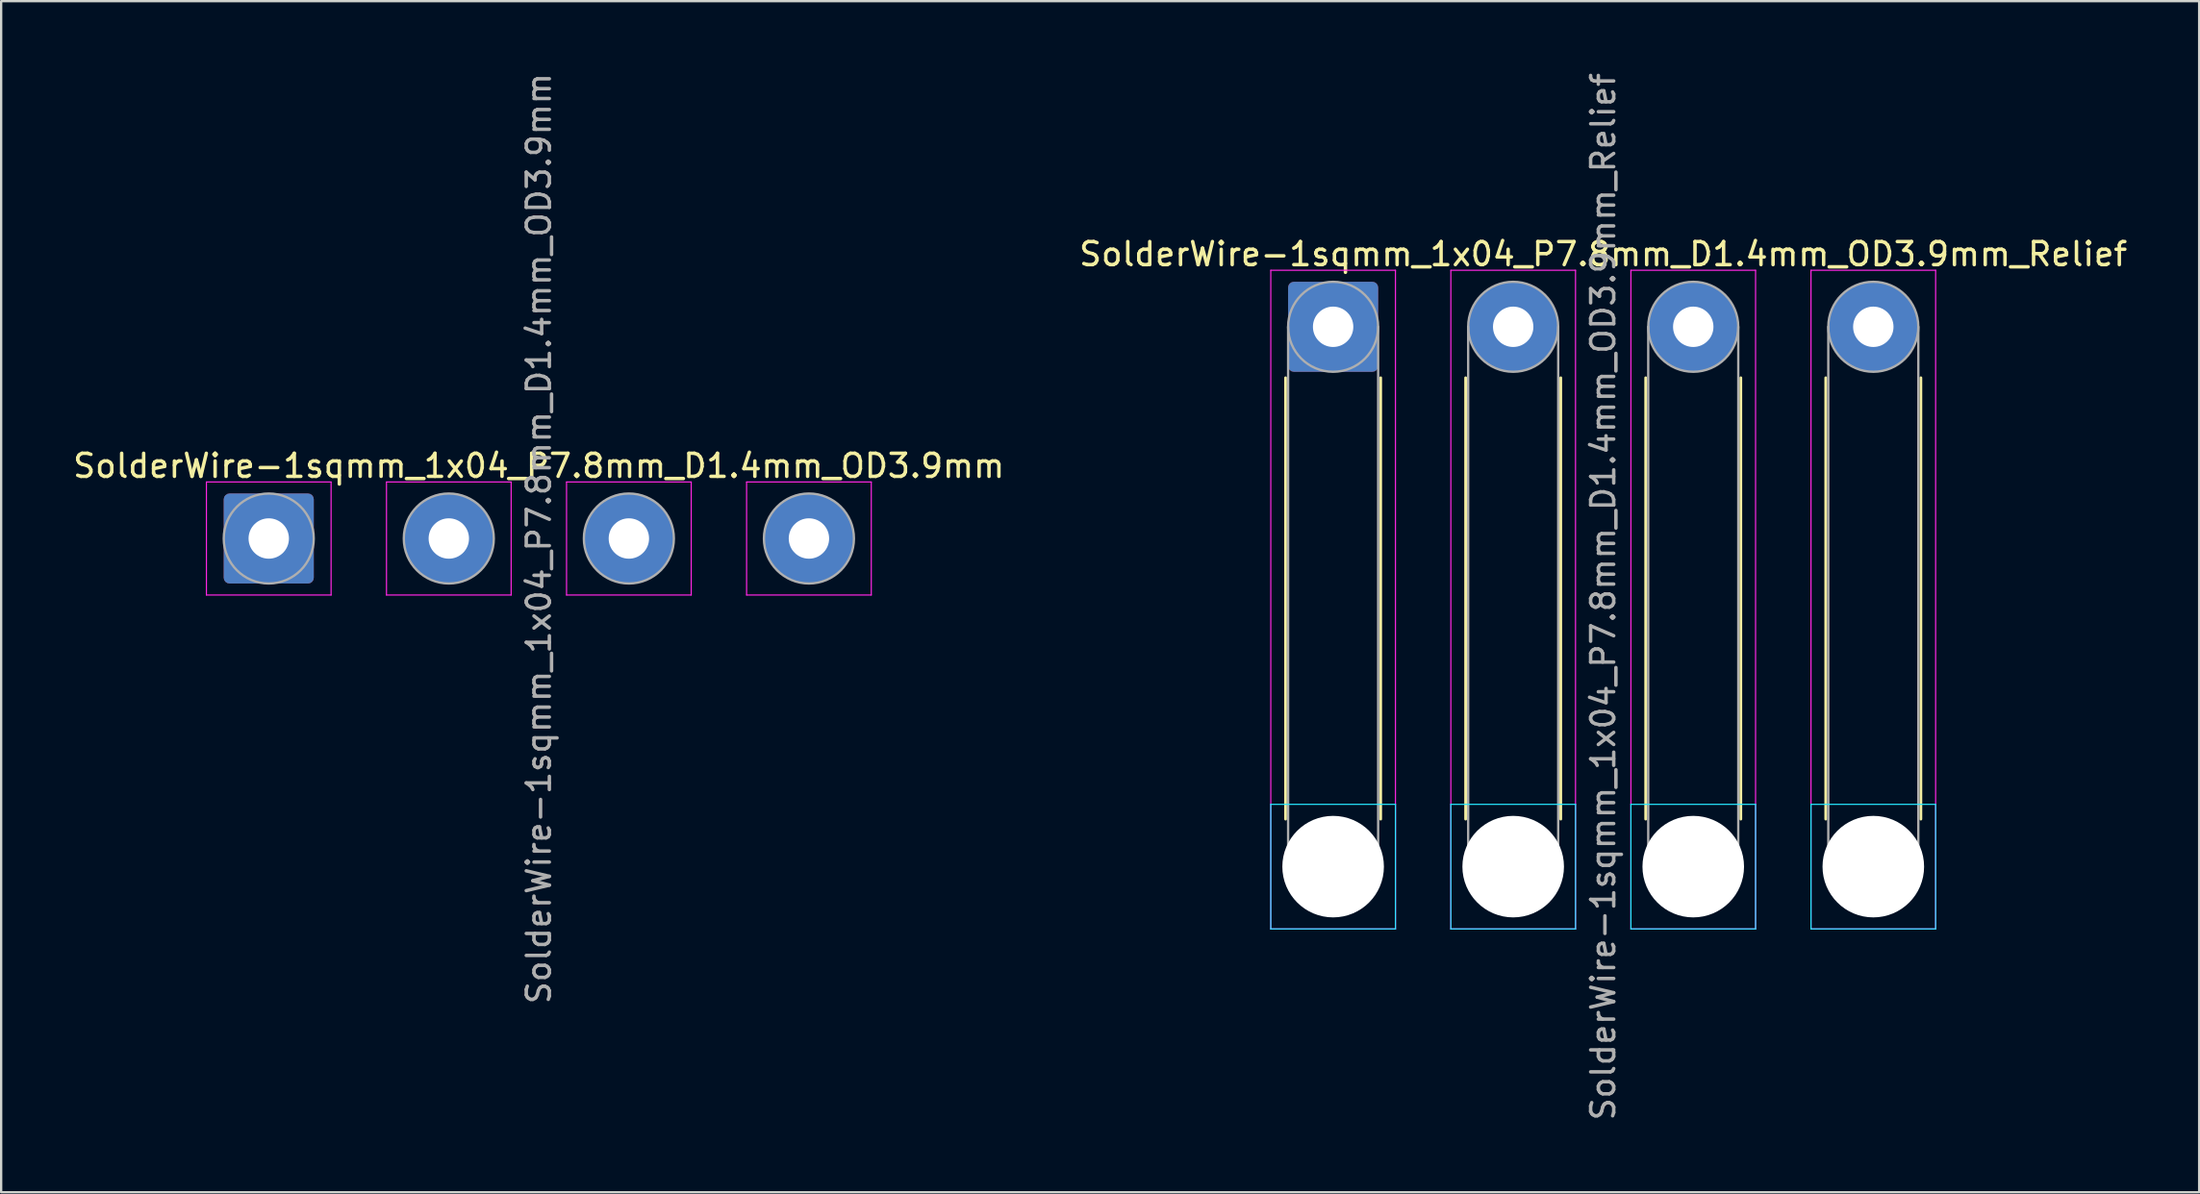
<source format=kicad_pcb>
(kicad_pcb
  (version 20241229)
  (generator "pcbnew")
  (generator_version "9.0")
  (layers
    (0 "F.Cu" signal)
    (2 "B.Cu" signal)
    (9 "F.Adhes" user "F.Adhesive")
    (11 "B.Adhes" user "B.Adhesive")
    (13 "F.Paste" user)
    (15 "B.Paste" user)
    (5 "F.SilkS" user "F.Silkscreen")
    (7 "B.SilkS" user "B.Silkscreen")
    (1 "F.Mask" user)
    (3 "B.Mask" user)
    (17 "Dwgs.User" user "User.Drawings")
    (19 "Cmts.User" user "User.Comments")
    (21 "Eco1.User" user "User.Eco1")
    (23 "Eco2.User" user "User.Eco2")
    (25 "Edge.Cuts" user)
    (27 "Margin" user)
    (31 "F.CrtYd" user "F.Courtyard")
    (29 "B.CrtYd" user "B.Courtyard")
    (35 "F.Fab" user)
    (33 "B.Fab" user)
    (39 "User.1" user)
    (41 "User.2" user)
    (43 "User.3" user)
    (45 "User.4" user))
  (footprint "SolderWire-1sqmm_1x04_P7.8mm_D1.4mm_OD3.9mm_Relief"
    (layer "F.Cu")
    (at 54.699 11.115)
    (property "Reference" "SolderWire-1sqmm_1x04_P7.8mm_D1.4mm_OD3.9mm_Relief" (at 11.7 -3.15 0) (layer "F.SilkS") (effects (font (size 1 1) (thickness 0.15))))
    (attr exclude_from_pos_files exclude_from_bom)
    (fp_line (start -2.06 2.21) (end -2.06 21.34) (stroke (width 0.12) (type solid)) (layer "F.SilkS"))
    (fp_line (start 2.06 2.21) (end 2.06 21.34) (stroke (width 0.12) (type solid)) (layer "F.SilkS"))
    (fp_line (start 5.74 2.21) (end 5.74 21.34) (stroke (width 0.12) (type solid)) (layer "F.SilkS"))
    (fp_line (start 9.86 2.21) (end 9.86 21.34) (stroke (width 0.12) (type solid)) (layer "F.SilkS"))
    (fp_line (start 13.54 2.21) (end 13.54 21.34) (stroke (width 0.12) (type solid)) (layer "F.SilkS"))
    (fp_line (start 17.66 2.21) (end 17.66 21.34) (stroke (width 0.12) (type solid)) (layer "F.SilkS"))
    (fp_line (start 21.34 2.21) (end 21.34 21.34) (stroke (width 0.12) (type solid)) (layer "F.SilkS"))
    (fp_line (start 25.46 2.21) (end 25.46 21.34) (stroke (width 0.12) (type solid)) (layer "F.SilkS"))
    (fp_line (start -2.7 20.7) (end -2.7 26.1) (stroke (width 0.05) (type solid)) (layer "B.CrtYd"))
    (fp_line (start -2.7 26.1) (end 2.7 26.1) (stroke (width 0.05) (type solid)) (layer "B.CrtYd"))
    (fp_line (start 2.7 20.7) (end -2.7 20.7) (stroke (width 0.05) (type solid)) (layer "B.CrtYd"))
    (fp_line (start 2.7 26.1) (end 2.7 20.7) (stroke (width 0.05) (type solid)) (layer "B.CrtYd"))
    (fp_line (start 5.1 20.7) (end 5.1 26.1) (stroke (width 0.05) (type solid)) (layer "B.CrtYd"))
    (fp_line (start 5.1 26.1) (end 10.5 26.1) (stroke (width 0.05) (type solid)) (layer "B.CrtYd"))
    (fp_line (start 10.5 20.7) (end 5.1 20.7) (stroke (width 0.05) (type solid)) (layer "B.CrtYd"))
    (fp_line (start 10.5 26.1) (end 10.5 20.7) (stroke (width 0.05) (type solid)) (layer "B.CrtYd"))
    (fp_line (start 12.9 20.7) (end 12.9 26.1) (stroke (width 0.05) (type solid)) (layer "B.CrtYd"))
    (fp_line (start 12.9 26.1) (end 18.3 26.1) (stroke (width 0.05) (type solid)) (layer "B.CrtYd"))
    (fp_line (start 18.3 20.7) (end 12.9 20.7) (stroke (width 0.05) (type solid)) (layer "B.CrtYd"))
    (fp_line (start 18.3 26.1) (end 18.3 20.7) (stroke (width 0.05) (type solid)) (layer "B.CrtYd"))
    (fp_line (start 20.7 20.7) (end 20.7 26.1) (stroke (width 0.05) (type solid)) (layer "B.CrtYd"))
    (fp_line (start 20.7 26.1) (end 26.1 26.1) (stroke (width 0.05) (type solid)) (layer "B.CrtYd"))
    (fp_line (start 26.1 20.7) (end 20.7 20.7) (stroke (width 0.05) (type solid)) (layer "B.CrtYd"))
    (fp_line (start 26.1 26.1) (end 26.1 20.7) (stroke (width 0.05) (type solid)) (layer "B.CrtYd"))
    (fp_line (start -2.7 -2.45) (end -2.7 26.1) (stroke (width 0.05) (type solid)) (layer "F.CrtYd"))
    (fp_line (start -2.7 26.1) (end 2.7 26.1) (stroke (width 0.05) (type solid)) (layer "F.CrtYd"))
    (fp_line (start 2.7 -2.45) (end -2.7 -2.45) (stroke (width 0.05) (type solid)) (layer "F.CrtYd"))
    (fp_line (start 2.7 26.1) (end 2.7 -2.45) (stroke (width 0.05) (type solid)) (layer "F.CrtYd"))
    (fp_line (start 5.1 -2.45) (end 5.1 26.1) (stroke (width 0.05) (type solid)) (layer "F.CrtYd"))
    (fp_line (start 5.1 26.1) (end 10.5 26.1) (stroke (width 0.05) (type solid)) (layer "F.CrtYd"))
    (fp_line (start 10.5 -2.45) (end 5.1 -2.45) (stroke (width 0.05) (type solid)) (layer "F.CrtYd"))
    (fp_line (start 10.5 26.1) (end 10.5 -2.45) (stroke (width 0.05) (type solid)) (layer "F.CrtYd"))
    (fp_line (start 12.9 -2.45) (end 12.9 26.1) (stroke (width 0.05) (type solid)) (layer "F.CrtYd"))
    (fp_line (start 12.9 26.1) (end 18.3 26.1) (stroke (width 0.05) (type solid)) (layer "F.CrtYd"))
    (fp_line (start 18.3 -2.45) (end 12.9 -2.45) (stroke (width 0.05) (type solid)) (layer "F.CrtYd"))
    (fp_line (start 18.3 26.1) (end 18.3 -2.45) (stroke (width 0.05) (type solid)) (layer "F.CrtYd"))
    (fp_line (start 20.7 -2.45) (end 20.7 26.1) (stroke (width 0.05) (type solid)) (layer "F.CrtYd"))
    (fp_line (start 20.7 26.1) (end 26.1 26.1) (stroke (width 0.05) (type solid)) (layer "F.CrtYd"))
    (fp_line (start 26.1 -2.45) (end 20.7 -2.45) (stroke (width 0.05) (type solid)) (layer "F.CrtYd"))
    (fp_line (start 26.1 26.1) (end 26.1 -2.45) (stroke (width 0.05) (type solid)) (layer "F.CrtYd"))
    (fp_line (start -1.95 0) (end -1.95 23.4) (stroke (width 0.1) (type solid)) (layer "F.Fab"))
    (fp_line (start 1.95 0) (end 1.95 23.4) (stroke (width 0.1) (type solid)) (layer "F.Fab"))
    (fp_line (start 5.85 0) (end 5.85 23.4) (stroke (width 0.1) (type solid)) (layer "F.Fab"))
    (fp_line (start 9.75 0) (end 9.75 23.4) (stroke (width 0.1) (type solid)) (layer "F.Fab"))
    (fp_line (start 13.65 0) (end 13.65 23.4) (stroke (width 0.1) (type solid)) (layer "F.Fab"))
    (fp_line (start 17.55 0) (end 17.55 23.4) (stroke (width 0.1) (type solid)) (layer "F.Fab"))
    (fp_line (start 21.45 0) (end 21.45 23.4) (stroke (width 0.1) (type solid)) (layer "F.Fab"))
    (fp_line (start 25.35 0) (end 25.35 23.4) (stroke (width 0.1) (type solid)) (layer "F.Fab"))
    (fp_circle (center 0 0) (end 1.95 0) (stroke (width 0.1) (type solid)) (fill no) (layer "F.Fab"))
    (fp_circle (center 0 23.4) (end 1.95 23.4) (stroke (width 0.1) (type solid)) (fill no) (layer "F.Fab"))
    (fp_circle (center 7.8 0) (end 9.75 0) (stroke (width 0.1) (type solid)) (fill no) (layer "F.Fab"))
    (fp_circle (center 7.8 23.4) (end 9.75 23.4) (stroke (width 0.1) (type solid)) (fill no) (layer "F.Fab"))
    (fp_circle (center 15.6 0) (end 17.55 0) (stroke (width 0.1) (type solid)) (fill no) (layer "F.Fab"))
    (fp_circle (center 15.6 23.4) (end 17.55 23.4) (stroke (width 0.1) (type solid)) (fill no) (layer "F.Fab"))
    (fp_circle (center 23.4 0) (end 25.35 0) (stroke (width 0.1) (type solid)) (fill no) (layer "F.Fab"))
    (fp_circle (center 23.4 23.4) (end 25.35 23.4) (stroke (width 0.1) (type solid)) (fill no) (layer "F.Fab"))
    (fp_text user "${REFERENCE}" (at 11.7 11.7 90) (layer "F.Fab") (effects (font (size 1 1) (thickness 0.15))))
    (pad "" np_thru_hole circle (at 0 23.4) (size 4.4 4.4) (drill 4.4) (layers "*.Cu" "*.Mask"))
    (pad "" np_thru_hole circle (at 7.8 23.4) (size 4.4 4.4) (drill 4.4) (layers "*.Cu" "*.Mask"))
    (pad "" np_thru_hole circle (at 15.6 23.4) (size 4.4 4.4) (drill 4.4) (layers "*.Cu" "*.Mask"))
    (pad "" np_thru_hole circle (at 23.4 23.4) (size 4.4 4.4) (drill 4.4) (layers "*.Cu" "*.Mask"))
    (pad "1" thru_hole roundrect (at 0 0) (size 3.9 3.9) (drill 1.75) (layers "*.Cu" "*.Mask") (roundrect_rratio 0.064))
    (pad "2" thru_hole circle (at 7.8 0) (size 3.9 3.9) (drill 1.75) (layers "*.Cu" "*.Mask"))
    (pad "3" thru_hole circle (at 15.6 0) (size 3.9 3.9) (drill 1.75) (layers "*.Cu" "*.Mask"))
    (pad "4" thru_hole circle (at 23.4 0) (size 3.9 3.9) (drill 1.75) (layers "*.Cu" "*.Mask")))
  (footprint "SolderWire-1sqmm_1x04_P7.8mm_D1.4mm_OD3.9mm"
    (layer "F.Cu")
    (at 8.592 20.292)
    (property "Reference" "SolderWire-1sqmm_1x04_P7.8mm_D1.4mm_OD3.9mm" (at 11.7 -3.15 0) (layer "F.SilkS") (effects (font (size 1 1) (thickness 0.15))))
    (attr exclude_from_pos_files exclude_from_bom)
    (fp_line (start -2.7 -2.45) (end -2.7 2.45) (stroke (width 0.05) (type solid)) (layer "F.CrtYd"))
    (fp_line (start -2.7 2.45) (end 2.7 2.45) (stroke (width 0.05) (type solid)) (layer "F.CrtYd"))
    (fp_line (start 2.7 -2.45) (end -2.7 -2.45) (stroke (width 0.05) (type solid)) (layer "F.CrtYd"))
    (fp_line (start 2.7 2.45) (end 2.7 -2.45) (stroke (width 0.05) (type solid)) (layer "F.CrtYd"))
    (fp_line (start 5.1 -2.45) (end 5.1 2.45) (stroke (width 0.05) (type solid)) (layer "F.CrtYd"))
    (fp_line (start 5.1 2.45) (end 10.5 2.45) (stroke (width 0.05) (type solid)) (layer "F.CrtYd"))
    (fp_line (start 10.5 -2.45) (end 5.1 -2.45) (stroke (width 0.05) (type solid)) (layer "F.CrtYd"))
    (fp_line (start 10.5 2.45) (end 10.5 -2.45) (stroke (width 0.05) (type solid)) (layer "F.CrtYd"))
    (fp_line (start 12.9 -2.45) (end 12.9 2.45) (stroke (width 0.05) (type solid)) (layer "F.CrtYd"))
    (fp_line (start 12.9 2.45) (end 18.3 2.45) (stroke (width 0.05) (type solid)) (layer "F.CrtYd"))
    (fp_line (start 18.3 -2.45) (end 12.9 -2.45) (stroke (width 0.05) (type solid)) (layer "F.CrtYd"))
    (fp_line (start 18.3 2.45) (end 18.3 -2.45) (stroke (width 0.05) (type solid)) (layer "F.CrtYd"))
    (fp_line (start 20.7 -2.45) (end 20.7 2.45) (stroke (width 0.05) (type solid)) (layer "F.CrtYd"))
    (fp_line (start 20.7 2.45) (end 26.1 2.45) (stroke (width 0.05) (type solid)) (layer "F.CrtYd"))
    (fp_line (start 26.1 -2.45) (end 20.7 -2.45) (stroke (width 0.05) (type solid)) (layer "F.CrtYd"))
    (fp_line (start 26.1 2.45) (end 26.1 -2.45) (stroke (width 0.05) (type solid)) (layer "F.CrtYd"))
    (fp_circle (center 0 0) (end 1.95 0) (stroke (width 0.1) (type solid)) (fill no) (layer "F.Fab"))
    (fp_circle (center 7.8 0) (end 9.75 0) (stroke (width 0.1) (type solid)) (fill no) (layer "F.Fab"))
    (fp_circle (center 15.6 0) (end 17.55 0) (stroke (width 0.1) (type solid)) (fill no) (layer "F.Fab"))
    (fp_circle (center 23.4 0) (end 25.35 0) (stroke (width 0.1) (type solid)) (fill no) (layer "F.Fab"))
    (fp_text user "${REFERENCE}" (at 11.7 0 90) (layer "F.Fab") (effects (font (size 1 1) (thickness 0.15))))
    (pad "1" thru_hole roundrect (at 0 0) (size 3.9 3.9) (drill 1.75) (layers "*.Cu" "*.Mask") (roundrect_rratio 0.064))
    (pad "2" thru_hole circle (at 7.8 0) (size 3.9 3.9) (drill 1.75) (layers "*.Cu" "*.Mask"))
    (pad "3" thru_hole circle (at 15.6 0) (size 3.9 3.9) (drill 1.75) (layers "*.Cu" "*.Mask"))
    (pad "4" thru_hole circle (at 23.4 0) (size 3.9 3.9) (drill 1.75) (layers "*.Cu" "*.Mask")))
  (gr_rect
    (start -3 -3)
    (end 92.214 48.631)
    (stroke (width 0.1) (type default))
    (fill no)
    (layer "Edge.Cuts")))
</source>
